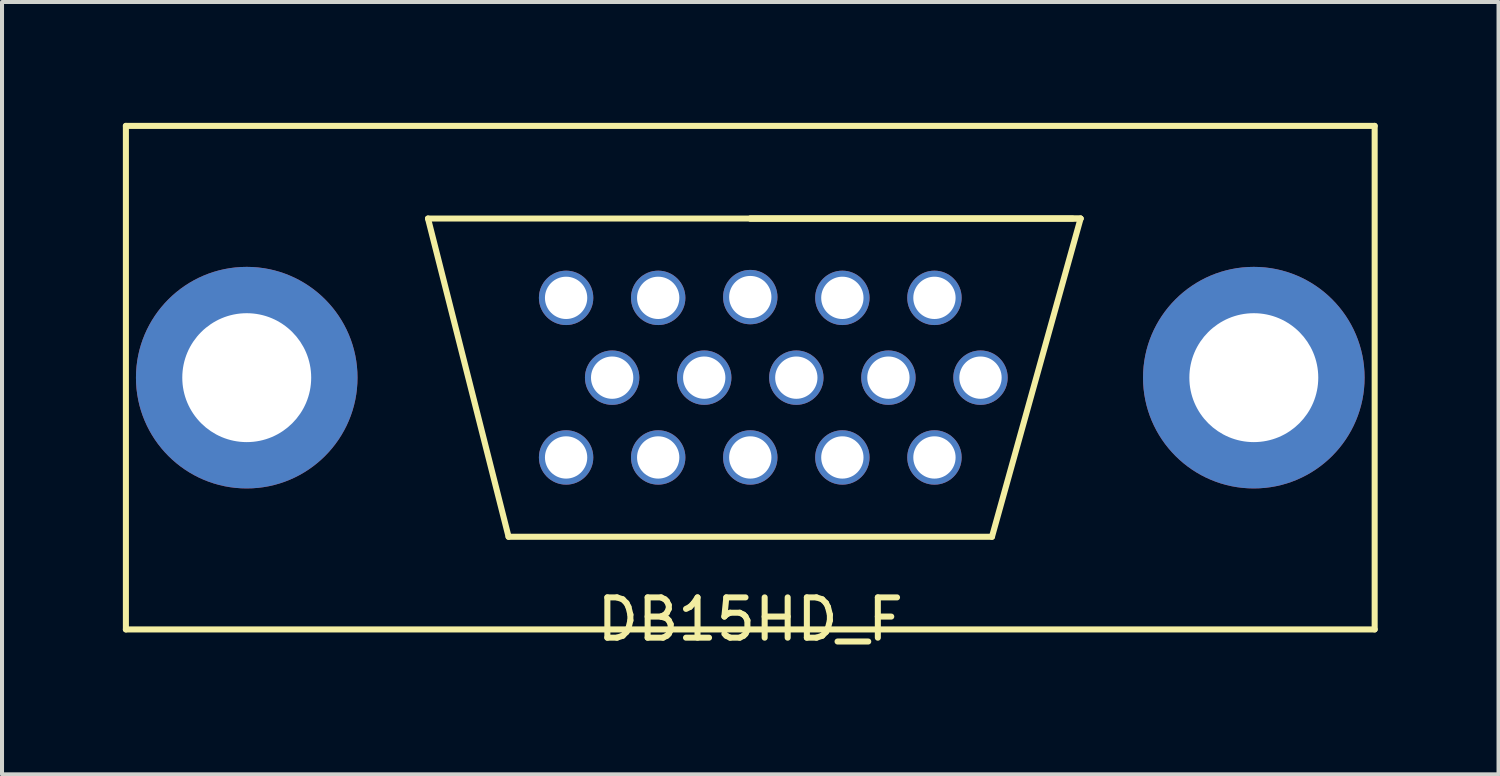
<source format=kicad_pcb>
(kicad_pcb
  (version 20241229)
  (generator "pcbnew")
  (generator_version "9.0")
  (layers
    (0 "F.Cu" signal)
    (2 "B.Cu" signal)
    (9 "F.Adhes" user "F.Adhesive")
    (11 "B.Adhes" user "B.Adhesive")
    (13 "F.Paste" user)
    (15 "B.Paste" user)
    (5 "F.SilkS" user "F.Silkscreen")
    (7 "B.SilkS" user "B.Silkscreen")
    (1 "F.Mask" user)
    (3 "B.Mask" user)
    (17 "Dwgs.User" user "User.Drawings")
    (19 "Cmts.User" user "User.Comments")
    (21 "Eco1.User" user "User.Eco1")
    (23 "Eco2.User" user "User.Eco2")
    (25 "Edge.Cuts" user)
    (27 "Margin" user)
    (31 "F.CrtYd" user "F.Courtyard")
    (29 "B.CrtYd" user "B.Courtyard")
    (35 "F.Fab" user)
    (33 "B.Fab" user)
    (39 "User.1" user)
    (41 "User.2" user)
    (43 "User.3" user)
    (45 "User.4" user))
  (footprint "DB15HD_F"
    (layer "F.Cu")
    (at 15.575 6.325)
    (property "Reference" "DB15HD_F" (at 0 6 0) (layer "F.SilkS") (effects (font (size 1 1) (thickness 0.15))))
    (attr through_hole)
    (fp_line (start -15.5 -6.25) (end -15.5 6.25) (stroke (width 0.15) (type solid)) (layer "F.SilkS"))
    (fp_line (start -15.5 6.25) (end 15.5 6.25) (stroke (width 0.15) (type solid)) (layer "F.SilkS"))
    (fp_line (start -8 -3.95) (end 8 -3.95) (stroke (width 0.15) (type solid)) (layer "F.SilkS"))
    (fp_line (start -6 3.95) (end -8 -3.95) (stroke (width 0.15) (type solid)) (layer "F.SilkS"))
    (fp_line (start 6 3.95) (end -6 3.95) (stroke (width 0.15) (type solid)) (layer "F.SilkS"))
    (fp_line (start 8.2 -3.95) (end 0 -3.95) (stroke (width 0.15) (type solid)) (layer "F.SilkS"))
    (fp_line (start 8.2 -3.95) (end 0 -3.95) (stroke (width 0.15) (type solid)) (layer "F.SilkS"))
    (fp_line (start 8.2 -3.95) (end 6 3.95) (stroke (width 0.15) (type solid)) (layer "F.SilkS"))
    (fp_line (start 15.5 -6.25) (end -15.5 -6.25) (stroke (width 0.15) (type solid)) (layer "F.SilkS"))
    (fp_line (start 15.5 6.25) (end 15.5 -6.25) (stroke (width 0.15) (type solid)) (layer "F.SilkS"))
    (pad "0" thru_hole circle (at -12.5 0) (size 5.5 5.5) (drill 3.2) (layers "*.Cu" "*.Mask"))
    (pad "0" thru_hole circle (at 12.5 0) (size 5.5 5.5) (drill 3.2) (layers "*.Cu" "*.Mask"))
    (pad "1" thru_hole circle (at 4.572 -1.981) (size 1.35 1.35) (drill 1.05) (layers "*.Cu" "*.Mask"))
    (pad "2" thru_hole circle (at 2.286 -1.981) (size 1.35 1.35) (drill 1.05) (layers "*.Cu" "*.Mask"))
    (pad "3" thru_hole circle (at 0 -2) (size 1.35 1.35) (drill 1.05) (layers "*.Cu" "*.Mask"))
    (pad "4" thru_hole circle (at -2.286 -1.981) (size 1.35 1.35) (drill 1.05) (layers "*.Cu" "*.Mask"))
    (pad "5" thru_hole circle (at -4.572 -1.981) (size 1.35 1.35) (drill 1.05) (layers "*.Cu" "*.Mask"))
    (pad "6" thru_hole circle (at 5.715 0) (size 1.35 1.35) (drill 1.05) (layers "*.Cu" "*.Mask"))
    (pad "7" thru_hole circle (at 3.429 0) (size 1.35 1.35) (drill 1.05) (layers "*.Cu" "*.Mask"))
    (pad "8" thru_hole circle (at 1.143 0) (size 1.35 1.35) (drill 1.05) (layers "*.Cu" "*.Mask"))
    (pad "9" thru_hole circle (at -1.143 0) (size 1.35 1.35) (drill 1.05) (layers "*.Cu" "*.Mask"))
    (pad "10" thru_hole circle (at -3.429 0) (size 1.35 1.35) (drill 1.05) (layers "*.Cu" "*.Mask"))
    (pad "11" thru_hole circle (at 4.572 1.981) (size 1.35 1.35) (drill 1.05) (layers "*.Cu" "*.Mask"))
    (pad "12" thru_hole circle (at 2.286 1.981) (size 1.35 1.35) (drill 1.05) (layers "*.Cu" "*.Mask"))
    (pad "13" thru_hole circle (at 0 1.981) (size 1.35 1.35) (drill 1.05) (layers "*.Cu" "*.Mask"))
    (pad "14" thru_hole circle (at -2.286 1.981) (size 1.35 1.35) (drill 1.05) (layers "*.Cu" "*.Mask"))
    (pad "15" thru_hole circle (at -4.572 1.981) (size 1.35 1.35) (drill 1.05) (layers "*.Cu" "*.Mask")))
  (gr_rect
    (start -3 -3)
    (end 34.15 16.173)
    (stroke (width 0.1) (type default))
    (fill no)
    (layer "Edge.Cuts")))
</source>
